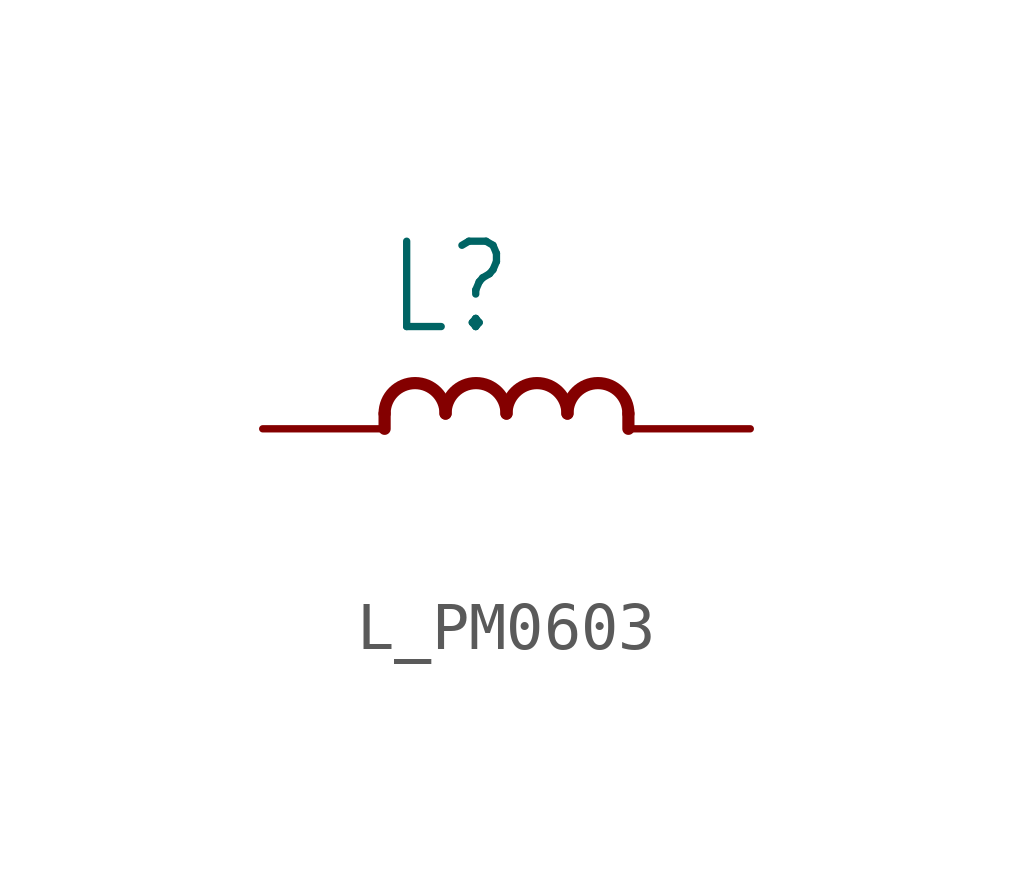
<source format=kicad_sym>
(kicad_symbol_lib
  (version 20220914)
  (generator kicad_symbol_editor)
  (symbol "L_PM0603"
    (property "Reference" "L"
      (at -2.54 1.905 0)
      (effects (font (size 1.778 1.511)) (justify left bottom)))
    (property "Value" ""
      (at -2.54 -2.54 0)
      (effects (font (size 1.778 1.511)) (justify left bottom)))
    (property "ki_locked" ""
      (at 0 0 0)
      (effects (font (size 1.27 1.27))))
    (symbol "L_PM0603_1_0"
      (arc (start -1.27 0.3173) (mid -1.9049 0.9497) (end -2.54 0.3175) (stroke (width 0.254) (type solid)) (fill (type none)))
      (polyline (pts (xy -2.54 0.318) (xy -2.54 0)) (stroke (width 0.254) (type solid)) (fill (type none)))
      (polyline (pts (xy 2.54 0.318) (xy 2.54 0)) (stroke (width 0.254) (type solid)) (fill (type none)))
      (arc (start 0 0.3173) (mid -0.6349 0.9497) (end -1.27 0.3175) (stroke (width 0.254) (type solid)) (fill (type none)))
      (arc (start 1.27 0.3173) (mid 0.6351 0.9497) (end 0 0.3175) (stroke (width 0.254) (type solid)) (fill (type none)))
      (arc (start 2.54 0.3173) (mid 1.9051 0.9497) (end 1.27 0.3175) (stroke (width 0.254) (type solid)) (fill (type none)))
      (pin passive line (at 5.08 0 180) (length 2.54) (name "1" (effects (font (size 0 0)))) (number "1" (effects (font (size 0 0)))))
      (pin passive line (at -5.08 0 0) (length 2.54) (name "2" (effects (font (size 0 0)))) (number "2" (effects (font (size 0 0))))))))
</source>
